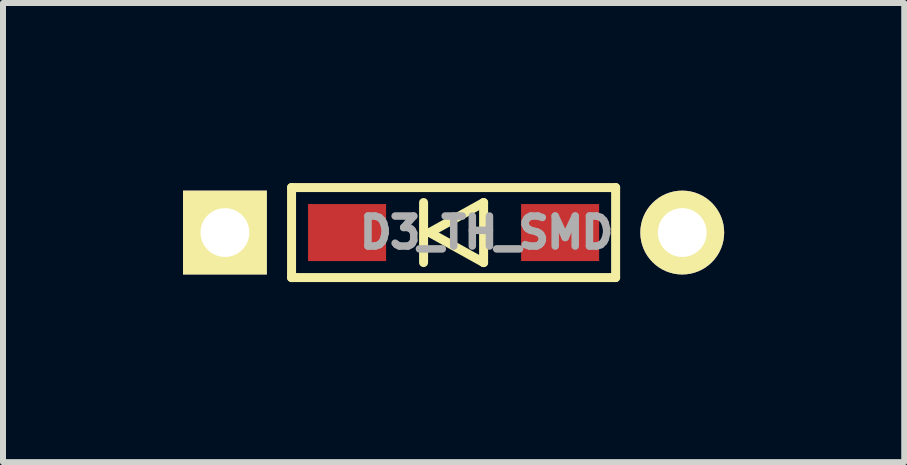
<source format=kicad_pcb>
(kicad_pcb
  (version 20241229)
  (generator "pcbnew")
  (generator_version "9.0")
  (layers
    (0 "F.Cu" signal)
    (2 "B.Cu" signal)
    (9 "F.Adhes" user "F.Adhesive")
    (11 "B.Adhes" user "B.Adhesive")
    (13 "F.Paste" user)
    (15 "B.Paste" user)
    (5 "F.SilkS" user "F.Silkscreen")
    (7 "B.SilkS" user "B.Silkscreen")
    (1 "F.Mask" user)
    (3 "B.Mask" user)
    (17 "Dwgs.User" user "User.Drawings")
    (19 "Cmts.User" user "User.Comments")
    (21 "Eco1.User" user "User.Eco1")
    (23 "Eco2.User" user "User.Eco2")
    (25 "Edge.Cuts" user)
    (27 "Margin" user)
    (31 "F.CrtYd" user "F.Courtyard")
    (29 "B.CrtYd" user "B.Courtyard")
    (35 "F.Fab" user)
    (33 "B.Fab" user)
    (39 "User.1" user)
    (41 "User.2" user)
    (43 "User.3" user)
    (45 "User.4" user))
  (footprint "D3_TH_SMD"
    (layer "F.Cu")
    (at 4.508 0.825)
    (property "Reference" "D3_TH_SMD" (at 0.55 0 0) (layer "F.Fab") (effects (font (size 0.5 0.5) (thickness 0.125))))
    (attr through_hole)
    (fp_line (start -2.7 -0.75) (end -2.7 0.75) (stroke (width 0.15) (type solid)) (layer "F.SilkS"))
    (fp_line (start -2.7 0.75) (end 2.7 0.75) (stroke (width 0.15) (type solid)) (layer "F.SilkS"))
    (fp_line (start -0.5 -0.5) (end -0.5 0.5) (stroke (width 0.15) (type solid)) (layer "F.SilkS"))
    (fp_line (start -0.4 0) (end 0.5 -0.5) (stroke (width 0.15) (type solid)) (layer "F.SilkS"))
    (fp_line (start 0.5 -0.5) (end 0.5 0.5) (stroke (width 0.15) (type solid)) (layer "F.SilkS"))
    (fp_line (start 0.5 0.5) (end -0.4 0) (stroke (width 0.15) (type solid)) (layer "F.SilkS"))
    (fp_line (start 2.7 -0.75) (end -2.7 -0.75) (stroke (width 0.15) (type solid)) (layer "F.SilkS"))
    (fp_line (start 2.7 0.75) (end 2.7 -0.75) (stroke (width 0.15) (type solid)) (layer "F.SilkS"))
    (pad "1" thru_hole rect (at -3.81 0) (size 1.397 1.397) (drill 0.813) (layers "*.Cu" "*.Mask" "F.SilkS"))
    (pad "1" smd rect (at -1.775 0) (size 1.3 0.95) (layers "F.Cu" "F.Mask" "F.Paste"))
    (pad "2" smd rect (at 1.775 0) (size 1.3 0.95) (layers "F.Cu" "F.Mask" "F.Paste"))
    (pad "2" thru_hole circle (at 3.81 0) (size 1.397 1.397) (drill 0.813) (layers "*.Cu" "*.Mask" "F.SilkS")))
  (gr_rect
    (start -3 -3)
    (end 12.017 4.65)
    (stroke (width 0.1) (type default))
    (fill no)
    (layer "Edge.Cuts")))
</source>
